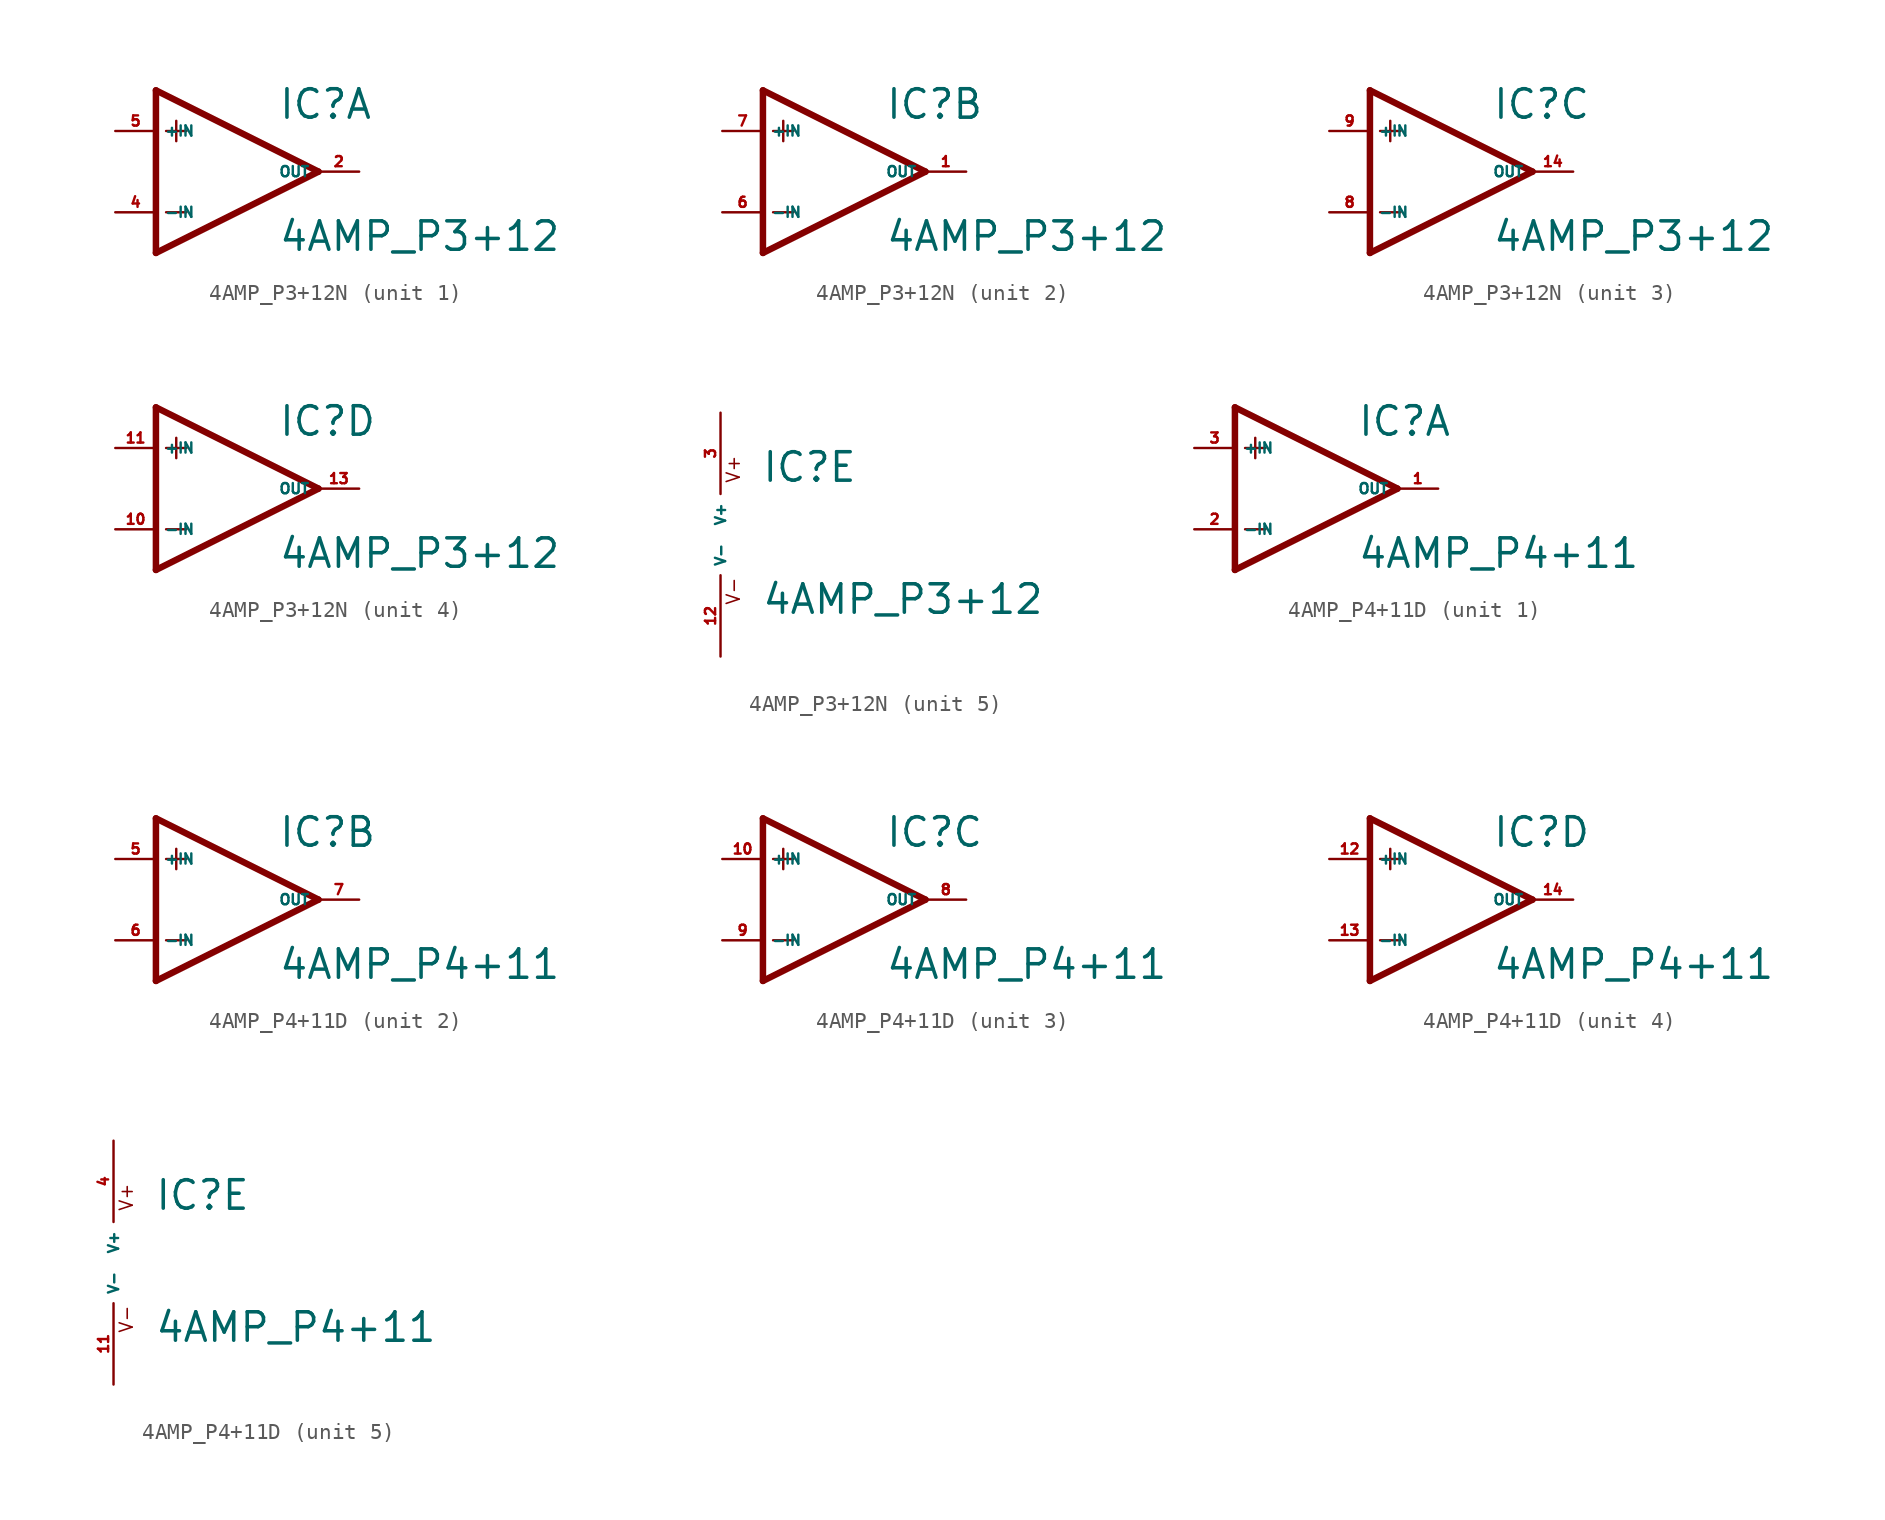
<source format=kicad_sym>
(kicad_symbol_lib
  (version 20220914)
  (generator Eagle2Kicad)
  (symbol "4AMP_P3+12N"
    (property "Reference" "IC"
      (at 2.54 3.175 0)
      (effects (font (size 1.778 1.778) (thickness 0.22)) (justify left bottom)))
    (property "Value" "4AMP_P3+12"
      (at 2.54 -5.08 0)
      (effects (font (size 1.778 1.778) (thickness 0.22)) (justify left bottom)))
    (symbol "4AMP_P3+12N_1_0"
      (polyline (pts (xy -5.08 5.08) (xy -5.08 -5.08)) (stroke (width 0.406) (type default)) (fill (type none)))
      (polyline (pts (xy -5.08 -5.08) (xy 5.08 0)) (stroke (width 0.406) (type default)) (fill (type none)))
      (polyline (pts (xy 5.08 0) (xy -5.08 5.08)) (stroke (width 0.406) (type default)) (fill (type none)))
      (polyline (pts (xy -3.81 3.175) (xy -3.81 1.905)) (stroke (width 0.152) (type default)) (fill (type none)))
      (polyline (pts (xy -4.445 2.54) (xy -3.175 2.54)) (stroke (width 0.152) (type default)) (fill (type none)))
      (polyline (pts (xy -4.445 -2.54) (xy -3.175 -2.54)) (stroke (width 0.152) (type default)) (fill (type none)))
      (pin input line (at -7.62 -2.54 0) (length 2.54) (name "-IN" (effects (font (size 0.635 0.635) (thickness 0.08)) (justify left bottom))) (number "4" (effects (font (size 0.635 0.635) (thickness 0.08)) (justify left bottom))))
      (pin input line (at -7.62 2.54 0) (length 2.54) (name "+IN" (effects (font (size 0.635 0.635) (thickness 0.08)) (justify left bottom))) (number "5" (effects (font (size 0.635 0.635) (thickness 0.08)) (justify left bottom))))
      (pin output line (at 7.62 0 180) (length 2.54) (name "OUT" (effects (font (size 0.635 0.635) (thickness 0.08)) (justify left bottom))) (number "2" (effects (font (size 0.635 0.635) (thickness 0.08)) (justify left bottom)))))
    (symbol "4AMP_P3+12N_2_0"
      (polyline (pts (xy -5.08 5.08) (xy -5.08 -5.08)) (stroke (width 0.406) (type default)) (fill (type none)))
      (polyline (pts (xy -5.08 -5.08) (xy 5.08 0)) (stroke (width 0.406) (type default)) (fill (type none)))
      (polyline (pts (xy 5.08 0) (xy -5.08 5.08)) (stroke (width 0.406) (type default)) (fill (type none)))
      (polyline (pts (xy -3.81 3.175) (xy -3.81 1.905)) (stroke (width 0.152) (type default)) (fill (type none)))
      (polyline (pts (xy -4.445 2.54) (xy -3.175 2.54)) (stroke (width 0.152) (type default)) (fill (type none)))
      (polyline (pts (xy -4.445 -2.54) (xy -3.175 -2.54)) (stroke (width 0.152) (type default)) (fill (type none)))
      (pin input line (at -7.62 -2.54 0) (length 2.54) (name "-IN" (effects (font (size 0.635 0.635) (thickness 0.08)) (justify left bottom))) (number "6" (effects (font (size 0.635 0.635) (thickness 0.08)) (justify left bottom))))
      (pin input line (at -7.62 2.54 0) (length 2.54) (name "+IN" (effects (font (size 0.635 0.635) (thickness 0.08)) (justify left bottom))) (number "7" (effects (font (size 0.635 0.635) (thickness 0.08)) (justify left bottom))))
      (pin output line (at 7.62 0 180) (length 2.54) (name "OUT" (effects (font (size 0.635 0.635) (thickness 0.08)) (justify left bottom))) (number "1" (effects (font (size 0.635 0.635) (thickness 0.08)) (justify left bottom)))))
    (symbol "4AMP_P3+12N_3_0"
      (polyline (pts (xy -5.08 5.08) (xy -5.08 -5.08)) (stroke (width 0.406) (type default)) (fill (type none)))
      (polyline (pts (xy -5.08 -5.08) (xy 5.08 0)) (stroke (width 0.406) (type default)) (fill (type none)))
      (polyline (pts (xy 5.08 0) (xy -5.08 5.08)) (stroke (width 0.406) (type default)) (fill (type none)))
      (polyline (pts (xy -3.81 3.175) (xy -3.81 1.905)) (stroke (width 0.152) (type default)) (fill (type none)))
      (polyline (pts (xy -4.445 2.54) (xy -3.175 2.54)) (stroke (width 0.152) (type default)) (fill (type none)))
      (polyline (pts (xy -4.445 -2.54) (xy -3.175 -2.54)) (stroke (width 0.152) (type default)) (fill (type none)))
      (pin input line (at -7.62 -2.54 0) (length 2.54) (name "-IN" (effects (font (size 0.635 0.635) (thickness 0.08)) (justify left bottom))) (number "8" (effects (font (size 0.635 0.635) (thickness 0.08)) (justify left bottom))))
      (pin input line (at -7.62 2.54 0) (length 2.54) (name "+IN" (effects (font (size 0.635 0.635) (thickness 0.08)) (justify left bottom))) (number "9" (effects (font (size 0.635 0.635) (thickness 0.08)) (justify left bottom))))
      (pin output line (at 7.62 0 180) (length 2.54) (name "OUT" (effects (font (size 0.635 0.635) (thickness 0.08)) (justify left bottom))) (number "14" (effects (font (size 0.635 0.635) (thickness 0.08)) (justify left bottom)))))
    (symbol "4AMP_P3+12N_4_0"
      (polyline (pts (xy -5.08 5.08) (xy -5.08 -5.08)) (stroke (width 0.406) (type default)) (fill (type none)))
      (polyline (pts (xy -5.08 -5.08) (xy 5.08 0)) (stroke (width 0.406) (type default)) (fill (type none)))
      (polyline (pts (xy 5.08 0) (xy -5.08 5.08)) (stroke (width 0.406) (type default)) (fill (type none)))
      (polyline (pts (xy -3.81 3.175) (xy -3.81 1.905)) (stroke (width 0.152) (type default)) (fill (type none)))
      (polyline (pts (xy -4.445 2.54) (xy -3.175 2.54)) (stroke (width 0.152) (type default)) (fill (type none)))
      (polyline (pts (xy -4.445 -2.54) (xy -3.175 -2.54)) (stroke (width 0.152) (type default)) (fill (type none)))
      (pin input line (at -7.62 -2.54 0) (length 2.54) (name "-IN" (effects (font (size 0.635 0.635) (thickness 0.08)) (justify left bottom))) (number "10" (effects (font (size 0.635 0.635) (thickness 0.08)) (justify left bottom))))
      (pin input line (at -7.62 2.54 0) (length 2.54) (name "+IN" (effects (font (size 0.635 0.635) (thickness 0.08)) (justify left bottom))) (number "11" (effects (font (size 0.635 0.635) (thickness 0.08)) (justify left bottom))))
      (pin output line (at 7.62 0 180) (length 2.54) (name "OUT" (effects (font (size 0.635 0.635) (thickness 0.08)) (justify left bottom))) (number "13" (effects (font (size 0.635 0.635) (thickness 0.08)) (justify left bottom)))))
    (symbol "4AMP_P3+12N_5_0"
      (text "V+" (at 1.27 3.175 900) (effects (font (size 0.813 0.813) (thickness 0.10)) (justify left bottom)))
      (text "V-" (at 1.27 -4.445 900) (effects (font (size 0.813 0.813) (thickness 0.10)) (justify left bottom)))
      (pin unspecified line (at 0 7.62 270) (length 5.08) (name "V+" (effects (font (size 0.635 0.635) (thickness 0.08)) (justify left bottom))) (number "3" (effects (font (size 0.635 0.635) (thickness 0.08)) (justify left bottom))))
      (pin unspecified line (at 0 -7.62 90) (length 5.08) (name "V-" (effects (font (size 0.635 0.635) (thickness 0.08)) (justify left bottom))) (number "12" (effects (font (size 0.635 0.635) (thickness 0.08)) (justify left bottom))))))
  (symbol "4AMP_P4+11D"
    (property "Reference" "IC"
      (at 2.54 3.175 0)
      (effects (font (size 1.778 1.778) (thickness 0.22)) (justify left bottom)))
    (property "Value" "4AMP_P4+11"
      (at 2.54 -5.08 0)
      (effects (font (size 1.778 1.778) (thickness 0.22)) (justify left bottom)))
    (symbol "4AMP_P4+11D_1_0"
      (polyline (pts (xy -5.08 5.08) (xy -5.08 -5.08)) (stroke (width 0.406) (type default)) (fill (type none)))
      (polyline (pts (xy -5.08 -5.08) (xy 5.08 0)) (stroke (width 0.406) (type default)) (fill (type none)))
      (polyline (pts (xy 5.08 0) (xy -5.08 5.08)) (stroke (width 0.406) (type default)) (fill (type none)))
      (polyline (pts (xy -3.81 3.175) (xy -3.81 1.905)) (stroke (width 0.152) (type default)) (fill (type none)))
      (polyline (pts (xy -4.445 2.54) (xy -3.175 2.54)) (stroke (width 0.152) (type default)) (fill (type none)))
      (polyline (pts (xy -4.445 -2.54) (xy -3.175 -2.54)) (stroke (width 0.152) (type default)) (fill (type none)))
      (pin input line (at -7.62 -2.54 0) (length 2.54) (name "-IN" (effects (font (size 0.635 0.635) (thickness 0.08)) (justify left bottom))) (number "2" (effects (font (size 0.635 0.635) (thickness 0.08)) (justify left bottom))))
      (pin input line (at -7.62 2.54 0) (length 2.54) (name "+IN" (effects (font (size 0.635 0.635) (thickness 0.08)) (justify left bottom))) (number "3" (effects (font (size 0.635 0.635) (thickness 0.08)) (justify left bottom))))
      (pin output line (at 7.62 0 180) (length 2.54) (name "OUT" (effects (font (size 0.635 0.635) (thickness 0.08)) (justify left bottom))) (number "1" (effects (font (size 0.635 0.635) (thickness 0.08)) (justify left bottom)))))
    (symbol "4AMP_P4+11D_2_0"
      (polyline (pts (xy -5.08 5.08) (xy -5.08 -5.08)) (stroke (width 0.406) (type default)) (fill (type none)))
      (polyline (pts (xy -5.08 -5.08) (xy 5.08 0)) (stroke (width 0.406) (type default)) (fill (type none)))
      (polyline (pts (xy 5.08 0) (xy -5.08 5.08)) (stroke (width 0.406) (type default)) (fill (type none)))
      (polyline (pts (xy -3.81 3.175) (xy -3.81 1.905)) (stroke (width 0.152) (type default)) (fill (type none)))
      (polyline (pts (xy -4.445 2.54) (xy -3.175 2.54)) (stroke (width 0.152) (type default)) (fill (type none)))
      (polyline (pts (xy -4.445 -2.54) (xy -3.175 -2.54)) (stroke (width 0.152) (type default)) (fill (type none)))
      (pin input line (at -7.62 -2.54 0) (length 2.54) (name "-IN" (effects (font (size 0.635 0.635) (thickness 0.08)) (justify left bottom))) (number "6" (effects (font (size 0.635 0.635) (thickness 0.08)) (justify left bottom))))
      (pin input line (at -7.62 2.54 0) (length 2.54) (name "+IN" (effects (font (size 0.635 0.635) (thickness 0.08)) (justify left bottom))) (number "5" (effects (font (size 0.635 0.635) (thickness 0.08)) (justify left bottom))))
      (pin output line (at 7.62 0 180) (length 2.54) (name "OUT" (effects (font (size 0.635 0.635) (thickness 0.08)) (justify left bottom))) (number "7" (effects (font (size 0.635 0.635) (thickness 0.08)) (justify left bottom)))))
    (symbol "4AMP_P4+11D_3_0"
      (polyline (pts (xy -5.08 5.08) (xy -5.08 -5.08)) (stroke (width 0.406) (type default)) (fill (type none)))
      (polyline (pts (xy -5.08 -5.08) (xy 5.08 0)) (stroke (width 0.406) (type default)) (fill (type none)))
      (polyline (pts (xy 5.08 0) (xy -5.08 5.08)) (stroke (width 0.406) (type default)) (fill (type none)))
      (polyline (pts (xy -3.81 3.175) (xy -3.81 1.905)) (stroke (width 0.152) (type default)) (fill (type none)))
      (polyline (pts (xy -4.445 2.54) (xy -3.175 2.54)) (stroke (width 0.152) (type default)) (fill (type none)))
      (polyline (pts (xy -4.445 -2.54) (xy -3.175 -2.54)) (stroke (width 0.152) (type default)) (fill (type none)))
      (pin input line (at -7.62 -2.54 0) (length 2.54) (name "-IN" (effects (font (size 0.635 0.635) (thickness 0.08)) (justify left bottom))) (number "9" (effects (font (size 0.635 0.635) (thickness 0.08)) (justify left bottom))))
      (pin input line (at -7.62 2.54 0) (length 2.54) (name "+IN" (effects (font (size 0.635 0.635) (thickness 0.08)) (justify left bottom))) (number "10" (effects (font (size 0.635 0.635) (thickness 0.08)) (justify left bottom))))
      (pin output line (at 7.62 0 180) (length 2.54) (name "OUT" (effects (font (size 0.635 0.635) (thickness 0.08)) (justify left bottom))) (number "8" (effects (font (size 0.635 0.635) (thickness 0.08)) (justify left bottom)))))
    (symbol "4AMP_P4+11D_4_0"
      (polyline (pts (xy -5.08 5.08) (xy -5.08 -5.08)) (stroke (width 0.406) (type default)) (fill (type none)))
      (polyline (pts (xy -5.08 -5.08) (xy 5.08 0)) (stroke (width 0.406) (type default)) (fill (type none)))
      (polyline (pts (xy 5.08 0) (xy -5.08 5.08)) (stroke (width 0.406) (type default)) (fill (type none)))
      (polyline (pts (xy -3.81 3.175) (xy -3.81 1.905)) (stroke (width 0.152) (type default)) (fill (type none)))
      (polyline (pts (xy -4.445 2.54) (xy -3.175 2.54)) (stroke (width 0.152) (type default)) (fill (type none)))
      (polyline (pts (xy -4.445 -2.54) (xy -3.175 -2.54)) (stroke (width 0.152) (type default)) (fill (type none)))
      (pin input line (at -7.62 -2.54 0) (length 2.54) (name "-IN" (effects (font (size 0.635 0.635) (thickness 0.08)) (justify left bottom))) (number "13" (effects (font (size 0.635 0.635) (thickness 0.08)) (justify left bottom))))
      (pin input line (at -7.62 2.54 0) (length 2.54) (name "+IN" (effects (font (size 0.635 0.635) (thickness 0.08)) (justify left bottom))) (number "12" (effects (font (size 0.635 0.635) (thickness 0.08)) (justify left bottom))))
      (pin output line (at 7.62 0 180) (length 2.54) (name "OUT" (effects (font (size 0.635 0.635) (thickness 0.08)) (justify left bottom))) (number "14" (effects (font (size 0.635 0.635) (thickness 0.08)) (justify left bottom)))))
    (symbol "4AMP_P4+11D_5_0"
      (text "V+" (at 1.27 3.175 900) (effects (font (size 0.813 0.813) (thickness 0.10)) (justify left bottom)))
      (text "V-" (at 1.27 -4.445 900) (effects (font (size 0.813 0.813) (thickness 0.10)) (justify left bottom)))
      (pin unspecified line (at 0 7.62 270) (length 5.08) (name "V+" (effects (font (size 0.635 0.635) (thickness 0.08)) (justify left bottom))) (number "4" (effects (font (size 0.635 0.635) (thickness 0.08)) (justify left bottom))))
      (pin unspecified line (at 0 -7.62 90) (length 5.08) (name "V-" (effects (font (size 0.635 0.635) (thickness 0.08)) (justify left bottom))) (number "11" (effects (font (size 0.635 0.635) (thickness 0.08)) (justify left bottom)))))))
</source>
